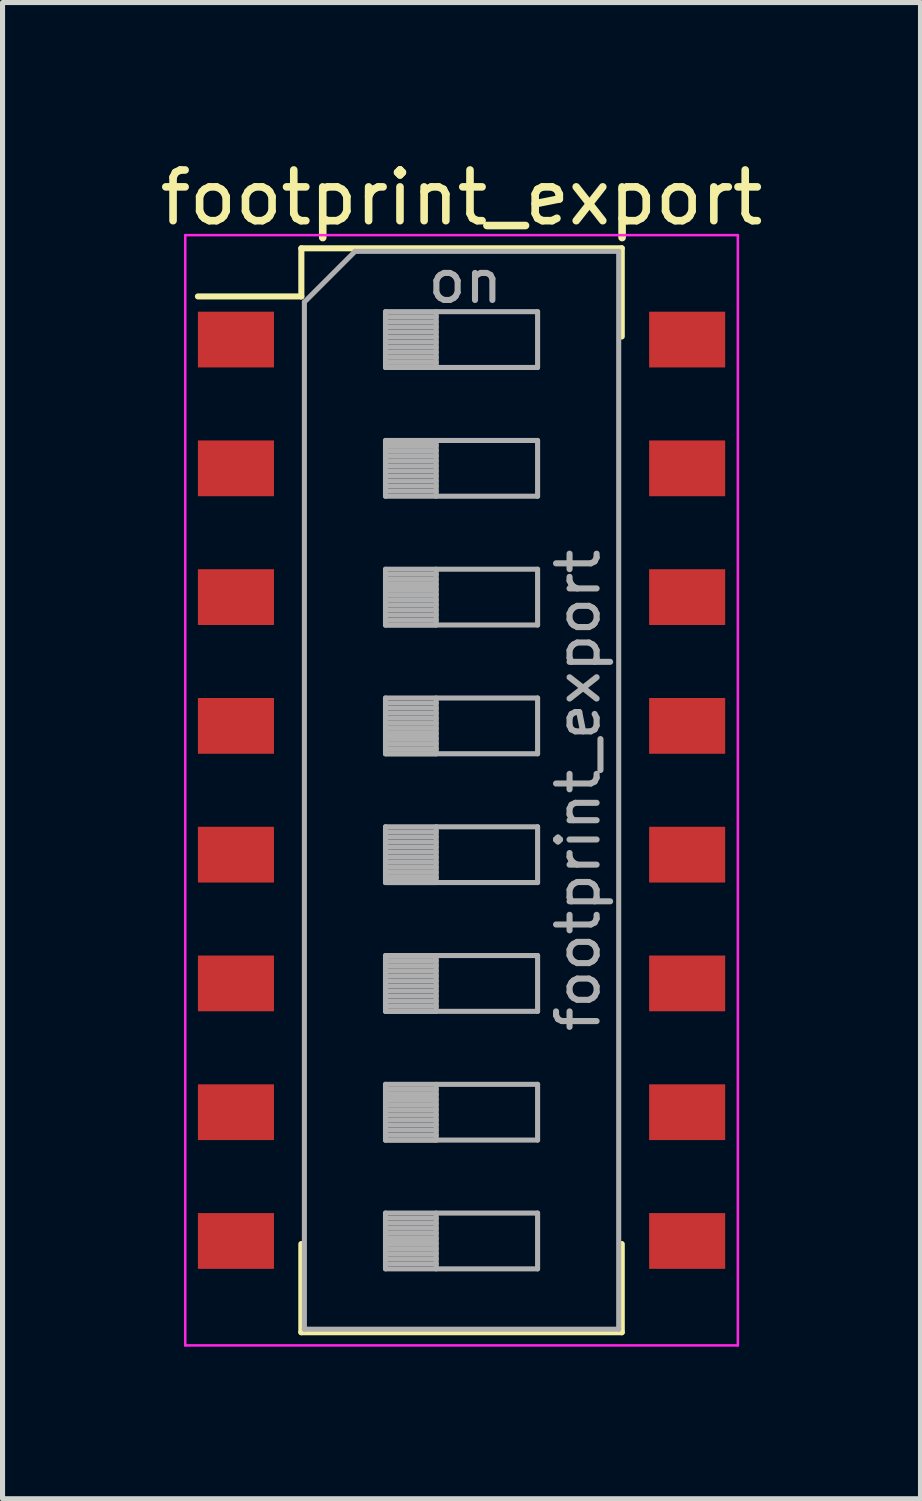
<source format=kicad_pcb>
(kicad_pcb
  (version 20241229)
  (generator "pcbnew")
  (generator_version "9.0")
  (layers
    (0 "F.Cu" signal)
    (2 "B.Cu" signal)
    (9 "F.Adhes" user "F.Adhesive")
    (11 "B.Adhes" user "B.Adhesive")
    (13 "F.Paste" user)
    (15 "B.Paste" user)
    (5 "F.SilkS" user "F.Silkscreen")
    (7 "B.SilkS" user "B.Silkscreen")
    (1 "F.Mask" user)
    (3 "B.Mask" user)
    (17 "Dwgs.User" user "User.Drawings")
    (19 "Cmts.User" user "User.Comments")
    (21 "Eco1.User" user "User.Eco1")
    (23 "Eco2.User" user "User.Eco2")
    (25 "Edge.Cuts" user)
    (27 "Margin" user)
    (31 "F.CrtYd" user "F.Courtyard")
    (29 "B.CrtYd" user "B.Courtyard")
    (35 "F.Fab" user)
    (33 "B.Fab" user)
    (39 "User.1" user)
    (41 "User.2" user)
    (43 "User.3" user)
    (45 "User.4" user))
  (footprint "footprint_export"
    (layer "F.Cu")
    (at 6.054 12.538)
    (property "Reference" "footprint_export" (at 0 -11.69 0) (layer "F.SilkS") (effects (font (size 1 1) (thickness 0.15))))
    (attr smd)
    (fp_line (start -5.2 -9.741) (end -3.16 -9.741) (stroke (width 0.12) (type solid)) (layer "F.SilkS"))
    (fp_line (start -3.16 -10.69) (end -3.16 -9.741) (stroke (width 0.12) (type solid)) (layer "F.SilkS"))
    (fp_line (start -3.16 -10.69) (end 3.16 -10.69) (stroke (width 0.12) (type solid)) (layer "F.SilkS"))
    (fp_line (start -3.16 8.95) (end -3.16 10.69) (stroke (width 0.12) (type solid)) (layer "F.SilkS"))
    (fp_line (start -3.16 10.69) (end 3.16 10.69) (stroke (width 0.12) (type solid)) (layer "F.SilkS"))
    (fp_line (start 3.16 -10.69) (end 3.16 -8.951) (stroke (width 0.12) (type solid)) (layer "F.SilkS"))
    (fp_line (start 3.16 8.95) (end 3.16 10.69) (stroke (width 0.12) (type solid)) (layer "F.SilkS"))
    (fp_line (start -5.45 -10.95) (end -5.45 10.95) (stroke (width 0.05) (type solid)) (layer "F.CrtYd"))
    (fp_line (start -5.45 10.95) (end 5.45 10.95) (stroke (width 0.05) (type solid)) (layer "F.CrtYd"))
    (fp_line (start 5.45 -10.95) (end -5.45 -10.95) (stroke (width 0.05) (type solid)) (layer "F.CrtYd"))
    (fp_line (start 5.45 10.95) (end 5.45 -10.95) (stroke (width 0.05) (type solid)) (layer "F.CrtYd"))
    (fp_line (start -3.1 -9.63) (end -2.1 -10.63) (stroke (width 0.1) (type solid)) (layer "F.Fab"))
    (fp_line (start -3.1 10.63) (end -3.1 -9.63) (stroke (width 0.1) (type solid)) (layer "F.Fab"))
    (fp_line (start -2.1 -10.63) (end 3.1 -10.63) (stroke (width 0.1) (type solid)) (layer "F.Fab"))
    (fp_line (start -1.5 -9.44) (end -1.5 -8.34) (stroke (width 0.1) (type solid)) (layer "F.Fab"))
    (fp_line (start -1.5 -9.34) (end -0.5 -9.34) (stroke (width 0.1) (type solid)) (layer "F.Fab"))
    (fp_line (start -1.5 -9.24) (end -0.5 -9.24) (stroke (width 0.1) (type solid)) (layer "F.Fab"))
    (fp_line (start -1.5 -9.14) (end -0.5 -9.14) (stroke (width 0.1) (type solid)) (layer "F.Fab"))
    (fp_line (start -1.5 -9.04) (end -0.5 -9.04) (stroke (width 0.1) (type solid)) (layer "F.Fab"))
    (fp_line (start -1.5 -8.94) (end -0.5 -8.94) (stroke (width 0.1) (type solid)) (layer "F.Fab"))
    (fp_line (start -1.5 -8.84) (end -0.5 -8.84) (stroke (width 0.1) (type solid)) (layer "F.Fab"))
    (fp_line (start -1.5 -8.74) (end -0.5 -8.74) (stroke (width 0.1) (type solid)) (layer "F.Fab"))
    (fp_line (start -1.5 -8.64) (end -0.5 -8.64) (stroke (width 0.1) (type solid)) (layer "F.Fab"))
    (fp_line (start -1.5 -8.54) (end -0.5 -8.54) (stroke (width 0.1) (type solid)) (layer "F.Fab"))
    (fp_line (start -1.5 -8.44) (end -0.5 -8.44) (stroke (width 0.1) (type solid)) (layer "F.Fab"))
    (fp_line (start -1.5 -8.34) (end -0.5 -8.34) (stroke (width 0.1) (type solid)) (layer "F.Fab"))
    (fp_line (start -1.5 -8.34) (end 1.5 -8.34) (stroke (width 0.1) (type solid)) (layer "F.Fab"))
    (fp_line (start -1.5 -6.9) (end -1.5 -5.8) (stroke (width 0.1) (type solid)) (layer "F.Fab"))
    (fp_line (start -1.5 -6.8) (end -0.5 -6.8) (stroke (width 0.1) (type solid)) (layer "F.Fab"))
    (fp_line (start -1.5 -6.7) (end -0.5 -6.7) (stroke (width 0.1) (type solid)) (layer "F.Fab"))
    (fp_line (start -1.5 -6.6) (end -0.5 -6.6) (stroke (width 0.1) (type solid)) (layer "F.Fab"))
    (fp_line (start -1.5 -6.5) (end -0.5 -6.5) (stroke (width 0.1) (type solid)) (layer "F.Fab"))
    (fp_line (start -1.5 -6.4) (end -0.5 -6.4) (stroke (width 0.1) (type solid)) (layer "F.Fab"))
    (fp_line (start -1.5 -6.3) (end -0.5 -6.3) (stroke (width 0.1) (type solid)) (layer "F.Fab"))
    (fp_line (start -1.5 -6.2) (end -0.5 -6.2) (stroke (width 0.1) (type solid)) (layer "F.Fab"))
    (fp_line (start -1.5 -6.1) (end -0.5 -6.1) (stroke (width 0.1) (type solid)) (layer "F.Fab"))
    (fp_line (start -1.5 -6) (end -0.5 -6) (stroke (width 0.1) (type solid)) (layer "F.Fab"))
    (fp_line (start -1.5 -5.9) (end -0.5 -5.9) (stroke (width 0.1) (type solid)) (layer "F.Fab"))
    (fp_line (start -1.5 -5.8) (end 1.5 -5.8) (stroke (width 0.1) (type solid)) (layer "F.Fab"))
    (fp_line (start -1.5 -4.36) (end -1.5 -3.26) (stroke (width 0.1) (type solid)) (layer "F.Fab"))
    (fp_line (start -1.5 -4.26) (end -0.5 -4.26) (stroke (width 0.1) (type solid)) (layer "F.Fab"))
    (fp_line (start -1.5 -4.16) (end -0.5 -4.16) (stroke (width 0.1) (type solid)) (layer "F.Fab"))
    (fp_line (start -1.5 -4.06) (end -0.5 -4.06) (stroke (width 0.1) (type solid)) (layer "F.Fab"))
    (fp_line (start -1.5 -3.96) (end -0.5 -3.96) (stroke (width 0.1) (type solid)) (layer "F.Fab"))
    (fp_line (start -1.5 -3.86) (end -0.5 -3.86) (stroke (width 0.1) (type solid)) (layer "F.Fab"))
    (fp_line (start -1.5 -3.76) (end -0.5 -3.76) (stroke (width 0.1) (type solid)) (layer "F.Fab"))
    (fp_line (start -1.5 -3.66) (end -0.5 -3.66) (stroke (width 0.1) (type solid)) (layer "F.Fab"))
    (fp_line (start -1.5 -3.56) (end -0.5 -3.56) (stroke (width 0.1) (type solid)) (layer "F.Fab"))
    (fp_line (start -1.5 -3.46) (end -0.5 -3.46) (stroke (width 0.1) (type solid)) (layer "F.Fab"))
    (fp_line (start -1.5 -3.36) (end -0.5 -3.36) (stroke (width 0.1) (type solid)) (layer "F.Fab"))
    (fp_line (start -1.5 -3.26) (end -0.5 -3.26) (stroke (width 0.1) (type solid)) (layer "F.Fab"))
    (fp_line (start -1.5 -3.26) (end 1.5 -3.26) (stroke (width 0.1) (type solid)) (layer "F.Fab"))
    (fp_line (start -1.5 -1.82) (end -1.5 -0.72) (stroke (width 0.1) (type solid)) (layer "F.Fab"))
    (fp_line (start -1.5 -1.72) (end -0.5 -1.72) (stroke (width 0.1) (type solid)) (layer "F.Fab"))
    (fp_line (start -1.5 -1.62) (end -0.5 -1.62) (stroke (width 0.1) (type solid)) (layer "F.Fab"))
    (fp_line (start -1.5 -1.52) (end -0.5 -1.52) (stroke (width 0.1) (type solid)) (layer "F.Fab"))
    (fp_line (start -1.5 -1.42) (end -0.5 -1.42) (stroke (width 0.1) (type solid)) (layer "F.Fab"))
    (fp_line (start -1.5 -1.32) (end -0.5 -1.32) (stroke (width 0.1) (type solid)) (layer "F.Fab"))
    (fp_line (start -1.5 -1.22) (end -0.5 -1.22) (stroke (width 0.1) (type solid)) (layer "F.Fab"))
    (fp_line (start -1.5 -1.12) (end -0.5 -1.12) (stroke (width 0.1) (type solid)) (layer "F.Fab"))
    (fp_line (start -1.5 -1.02) (end -0.5 -1.02) (stroke (width 0.1) (type solid)) (layer "F.Fab"))
    (fp_line (start -1.5 -0.92) (end -0.5 -0.92) (stroke (width 0.1) (type solid)) (layer "F.Fab"))
    (fp_line (start -1.5 -0.82) (end -0.5 -0.82) (stroke (width 0.1) (type solid)) (layer "F.Fab"))
    (fp_line (start -1.5 -0.72) (end -0.5 -0.72) (stroke (width 0.1) (type solid)) (layer "F.Fab"))
    (fp_line (start -1.5 -0.72) (end 1.5 -0.72) (stroke (width 0.1) (type solid)) (layer "F.Fab"))
    (fp_line (start -1.5 0.72) (end -1.5 1.82) (stroke (width 0.1) (type solid)) (layer "F.Fab"))
    (fp_line (start -1.5 0.82) (end -0.5 0.82) (stroke (width 0.1) (type solid)) (layer "F.Fab"))
    (fp_line (start -1.5 0.92) (end -0.5 0.92) (stroke (width 0.1) (type solid)) (layer "F.Fab"))
    (fp_line (start -1.5 1.02) (end -0.5 1.02) (stroke (width 0.1) (type solid)) (layer "F.Fab"))
    (fp_line (start -1.5 1.12) (end -0.5 1.12) (stroke (width 0.1) (type solid)) (layer "F.Fab"))
    (fp_line (start -1.5 1.22) (end -0.5 1.22) (stroke (width 0.1) (type solid)) (layer "F.Fab"))
    (fp_line (start -1.5 1.32) (end -0.5 1.32) (stroke (width 0.1) (type solid)) (layer "F.Fab"))
    (fp_line (start -1.5 1.42) (end -0.5 1.42) (stroke (width 0.1) (type solid)) (layer "F.Fab"))
    (fp_line (start -1.5 1.52) (end -0.5 1.52) (stroke (width 0.1) (type solid)) (layer "F.Fab"))
    (fp_line (start -1.5 1.62) (end -0.5 1.62) (stroke (width 0.1) (type solid)) (layer "F.Fab"))
    (fp_line (start -1.5 1.72) (end -0.5 1.72) (stroke (width 0.1) (type solid)) (layer "F.Fab"))
    (fp_line (start -1.5 1.82) (end -0.5 1.82) (stroke (width 0.1) (type solid)) (layer "F.Fab"))
    (fp_line (start -1.5 1.82) (end 1.5 1.82) (stroke (width 0.1) (type solid)) (layer "F.Fab"))
    (fp_line (start -1.5 3.26) (end -1.5 4.36) (stroke (width 0.1) (type solid)) (layer "F.Fab"))
    (fp_line (start -1.5 3.36) (end -0.5 3.36) (stroke (width 0.1) (type solid)) (layer "F.Fab"))
    (fp_line (start -1.5 3.46) (end -0.5 3.46) (stroke (width 0.1) (type solid)) (layer "F.Fab"))
    (fp_line (start -1.5 3.56) (end -0.5 3.56) (stroke (width 0.1) (type solid)) (layer "F.Fab"))
    (fp_line (start -1.5 3.66) (end -0.5 3.66) (stroke (width 0.1) (type solid)) (layer "F.Fab"))
    (fp_line (start -1.5 3.76) (end -0.5 3.76) (stroke (width 0.1) (type solid)) (layer "F.Fab"))
    (fp_line (start -1.5 3.86) (end -0.5 3.86) (stroke (width 0.1) (type solid)) (layer "F.Fab"))
    (fp_line (start -1.5 3.96) (end -0.5 3.96) (stroke (width 0.1) (type solid)) (layer "F.Fab"))
    (fp_line (start -1.5 4.06) (end -0.5 4.06) (stroke (width 0.1) (type solid)) (layer "F.Fab"))
    (fp_line (start -1.5 4.16) (end -0.5 4.16) (stroke (width 0.1) (type solid)) (layer "F.Fab"))
    (fp_line (start -1.5 4.26) (end -0.5 4.26) (stroke (width 0.1) (type solid)) (layer "F.Fab"))
    (fp_line (start -1.5 4.36) (end -0.5 4.36) (stroke (width 0.1) (type solid)) (layer "F.Fab"))
    (fp_line (start -1.5 4.36) (end 1.5 4.36) (stroke (width 0.1) (type solid)) (layer "F.Fab"))
    (fp_line (start -1.5 5.8) (end -1.5 6.9) (stroke (width 0.1) (type solid)) (layer "F.Fab"))
    (fp_line (start -1.5 5.9) (end -0.5 5.9) (stroke (width 0.1) (type solid)) (layer "F.Fab"))
    (fp_line (start -1.5 6) (end -0.5 6) (stroke (width 0.1) (type solid)) (layer "F.Fab"))
    (fp_line (start -1.5 6.1) (end -0.5 6.1) (stroke (width 0.1) (type solid)) (layer "F.Fab"))
    (fp_line (start -1.5 6.2) (end -0.5 6.2) (stroke (width 0.1) (type solid)) (layer "F.Fab"))
    (fp_line (start -1.5 6.3) (end -0.5 6.3) (stroke (width 0.1) (type solid)) (layer "F.Fab"))
    (fp_line (start -1.5 6.4) (end -0.5 6.4) (stroke (width 0.1) (type solid)) (layer "F.Fab"))
    (fp_line (start -1.5 6.5) (end -0.5 6.5) (stroke (width 0.1) (type solid)) (layer "F.Fab"))
    (fp_line (start -1.5 6.6) (end -0.5 6.6) (stroke (width 0.1) (type solid)) (layer "F.Fab"))
    (fp_line (start -1.5 6.7) (end -0.5 6.7) (stroke (width 0.1) (type solid)) (layer "F.Fab"))
    (fp_line (start -1.5 6.8) (end -0.5 6.8) (stroke (width 0.1) (type solid)) (layer "F.Fab"))
    (fp_line (start -1.5 6.9) (end -0.5 6.9) (stroke (width 0.1) (type solid)) (layer "F.Fab"))
    (fp_line (start -1.5 6.9) (end 1.5 6.9) (stroke (width 0.1) (type solid)) (layer "F.Fab"))
    (fp_line (start -1.5 8.34) (end -1.5 9.44) (stroke (width 0.1) (type solid)) (layer "F.Fab"))
    (fp_line (start -1.5 8.44) (end -0.5 8.44) (stroke (width 0.1) (type solid)) (layer "F.Fab"))
    (fp_line (start -1.5 8.54) (end -0.5 8.54) (stroke (width 0.1) (type solid)) (layer "F.Fab"))
    (fp_line (start -1.5 8.64) (end -0.5 8.64) (stroke (width 0.1) (type solid)) (layer "F.Fab"))
    (fp_line (start -1.5 8.74) (end -0.5 8.74) (stroke (width 0.1) (type solid)) (layer "F.Fab"))
    (fp_line (start -1.5 8.84) (end -0.5 8.84) (stroke (width 0.1) (type solid)) (layer "F.Fab"))
    (fp_line (start -1.5 8.94) (end -0.5 8.94) (stroke (width 0.1) (type solid)) (layer "F.Fab"))
    (fp_line (start -1.5 9.04) (end -0.5 9.04) (stroke (width 0.1) (type solid)) (layer "F.Fab"))
    (fp_line (start -1.5 9.14) (end -0.5 9.14) (stroke (width 0.1) (type solid)) (layer "F.Fab"))
    (fp_line (start -1.5 9.24) (end -0.5 9.24) (stroke (width 0.1) (type solid)) (layer "F.Fab"))
    (fp_line (start -1.5 9.34) (end -0.5 9.34) (stroke (width 0.1) (type solid)) (layer "F.Fab"))
    (fp_line (start -1.5 9.44) (end 1.5 9.44) (stroke (width 0.1) (type solid)) (layer "F.Fab"))
    (fp_line (start -0.5 -9.44) (end -0.5 -8.34) (stroke (width 0.1) (type solid)) (layer "F.Fab"))
    (fp_line (start -0.5 -6.9) (end -0.5 -5.8) (stroke (width 0.1) (type solid)) (layer "F.Fab"))
    (fp_line (start -0.5 -4.36) (end -0.5 -3.26) (stroke (width 0.1) (type solid)) (layer "F.Fab"))
    (fp_line (start -0.5 -1.82) (end -0.5 -0.72) (stroke (width 0.1) (type solid)) (layer "F.Fab"))
    (fp_line (start -0.5 0.72) (end -0.5 1.82) (stroke (width 0.1) (type solid)) (layer "F.Fab"))
    (fp_line (start -0.5 3.26) (end -0.5 4.36) (stroke (width 0.1) (type solid)) (layer "F.Fab"))
    (fp_line (start -0.5 5.8) (end -0.5 6.9) (stroke (width 0.1) (type solid)) (layer "F.Fab"))
    (fp_line (start -0.5 8.34) (end -0.5 9.44) (stroke (width 0.1) (type solid)) (layer "F.Fab"))
    (fp_line (start 1.5 -9.44) (end -1.5 -9.44) (stroke (width 0.1) (type solid)) (layer "F.Fab"))
    (fp_line (start 1.5 -8.34) (end 1.5 -9.44) (stroke (width 0.1) (type solid)) (layer "F.Fab"))
    (fp_line (start 1.5 -6.9) (end -1.5 -6.9) (stroke (width 0.1) (type solid)) (layer "F.Fab"))
    (fp_line (start 1.5 -5.8) (end 1.5 -6.9) (stroke (width 0.1) (type solid)) (layer "F.Fab"))
    (fp_line (start 1.5 -4.36) (end -1.5 -4.36) (stroke (width 0.1) (type solid)) (layer "F.Fab"))
    (fp_line (start 1.5 -3.26) (end 1.5 -4.36) (stroke (width 0.1) (type solid)) (layer "F.Fab"))
    (fp_line (start 1.5 -1.82) (end -1.5 -1.82) (stroke (width 0.1) (type solid)) (layer "F.Fab"))
    (fp_line (start 1.5 -0.72) (end 1.5 -1.82) (stroke (width 0.1) (type solid)) (layer "F.Fab"))
    (fp_line (start 1.5 0.72) (end -1.5 0.72) (stroke (width 0.1) (type solid)) (layer "F.Fab"))
    (fp_line (start 1.5 1.82) (end 1.5 0.72) (stroke (width 0.1) (type solid)) (layer "F.Fab"))
    (fp_line (start 1.5 3.26) (end -1.5 3.26) (stroke (width 0.1) (type solid)) (layer "F.Fab"))
    (fp_line (start 1.5 4.36) (end 1.5 3.26) (stroke (width 0.1) (type solid)) (layer "F.Fab"))
    (fp_line (start 1.5 5.8) (end -1.5 5.8) (stroke (width 0.1) (type solid)) (layer "F.Fab"))
    (fp_line (start 1.5 6.9) (end 1.5 5.8) (stroke (width 0.1) (type solid)) (layer "F.Fab"))
    (fp_line (start 1.5 8.34) (end -1.5 8.34) (stroke (width 0.1) (type solid)) (layer "F.Fab"))
    (fp_line (start 1.5 9.44) (end 1.5 8.34) (stroke (width 0.1) (type solid)) (layer "F.Fab"))
    (fp_line (start 3.1 -10.63) (end 3.1 10.63) (stroke (width 0.1) (type solid)) (layer "F.Fab"))
    (fp_line (start 3.1 10.63) (end -3.1 10.63) (stroke (width 0.1) (type solid)) (layer "F.Fab"))
    (fp_text user "on" (at 0.075 -10.035 0) (layer "F.Fab") (effects (font (size 0.8 0.8) (thickness 0.12))))
    (fp_text user "${REFERENCE}" (at 2.3 0 90) (layer "F.Fab") (effects (font (size 0.8 0.8) (thickness 0.12))))
    (pad "1" smd rect (at -4.45 -8.89) (size 1.5 1.1) (layers "F.Cu" "F.Mask" "F.Paste"))
    (pad "2" smd rect (at -4.45 -6.35) (size 1.5 1.1) (layers "F.Cu" "F.Mask" "F.Paste"))
    (pad "3" smd rect (at -4.45 -3.81) (size 1.5 1.1) (layers "F.Cu" "F.Mask" "F.Paste"))
    (pad "4" smd rect (at -4.45 -1.27) (size 1.5 1.1) (layers "F.Cu" "F.Mask" "F.Paste"))
    (pad "5" smd rect (at -4.45 1.27) (size 1.5 1.1) (layers "F.Cu" "F.Mask" "F.Paste"))
    (pad "6" smd rect (at -4.45 3.81) (size 1.5 1.1) (layers "F.Cu" "F.Mask" "F.Paste"))
    (pad "7" smd rect (at -4.45 6.35) (size 1.5 1.1) (layers "F.Cu" "F.Mask" "F.Paste"))
    (pad "8" smd rect (at -4.45 8.89) (size 1.5 1.1) (layers "F.Cu" "F.Mask" "F.Paste"))
    (pad "9" smd rect (at 4.45 8.89) (size 1.5 1.1) (layers "F.Cu" "F.Mask" "F.Paste"))
    (pad "10" smd rect (at 4.45 6.35) (size 1.5 1.1) (layers "F.Cu" "F.Mask" "F.Paste"))
    (pad "11" smd rect (at 4.45 3.81) (size 1.5 1.1) (layers "F.Cu" "F.Mask" "F.Paste"))
    (pad "12" smd rect (at 4.45 1.27) (size 1.5 1.1) (layers "F.Cu" "F.Mask" "F.Paste"))
    (pad "13" smd rect (at 4.45 -1.27) (size 1.5 1.1) (layers "F.Cu" "F.Mask" "F.Paste"))
    (pad "14" smd rect (at 4.45 -3.81) (size 1.5 1.1) (layers "F.Cu" "F.Mask" "F.Paste"))
    (pad "15" smd rect (at 4.45 -6.35) (size 1.5 1.1) (layers "F.Cu" "F.Mask" "F.Paste"))
    (pad "16" smd rect (at 4.45 -8.89) (size 1.5 1.1) (layers "F.Cu" "F.Mask" "F.Paste")))
  (gr_rect
    (start -3 -3)
    (end 15.107 26.513)
    (stroke (width 0.1) (type default))
    (fill no)
    (layer "Edge.Cuts")))
</source>
